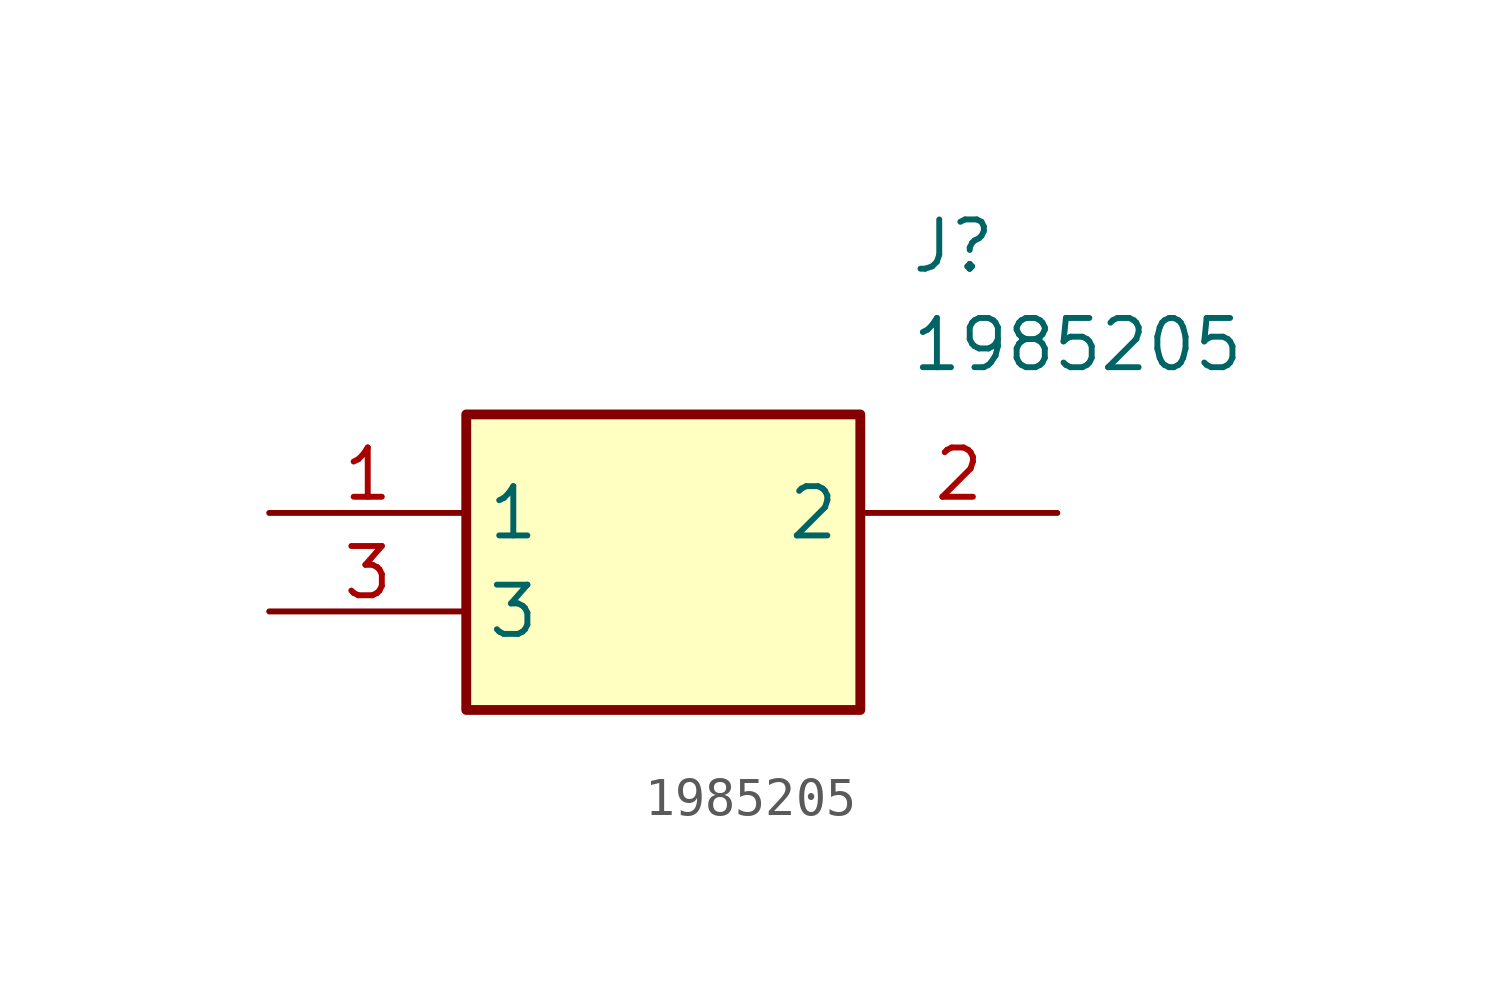
<source format=kicad_sym>
(kicad_symbol_lib
  (version 20211014)
  (generator SamacSys_ECAD_Model)
  (symbol "1985205"
    (property "Reference" "J"
      (at 16.51 7.62 0)
      (effects (font (size 1.27 1.27)) (justify left top)))
    (property "Value" "1985205"
      (at 16.51 5.08 0)
      (effects (font (size 1.27 1.27)) (justify left top)))
    (rectangle
      (start 5.08 2.54)
      (end 15.24 -5.08)
      (stroke (width 0.254) (type default))
      (fill (type background)))
    (pin passive line
      (at 0 0 0)
      (length 5.08)
      (name "1" (effects (font (size 1.27 1.27))))
      (number "1" (effects (font (size 1.27 1.27)))))
    (pin passive line
      (at 20.32 0 180)
      (length 5.08)
      (name "2" (effects (font (size 1.27 1.27))))
      (number "2" (effects (font (size 1.27 1.27)))))
    (pin passive line
      (at 0 -2.54 0)
      (length 5.08)
      (name "3" (effects (font (size 1.27 1.27))))
      (number "3" (effects (font (size 1.27 1.27)))))))
</source>
